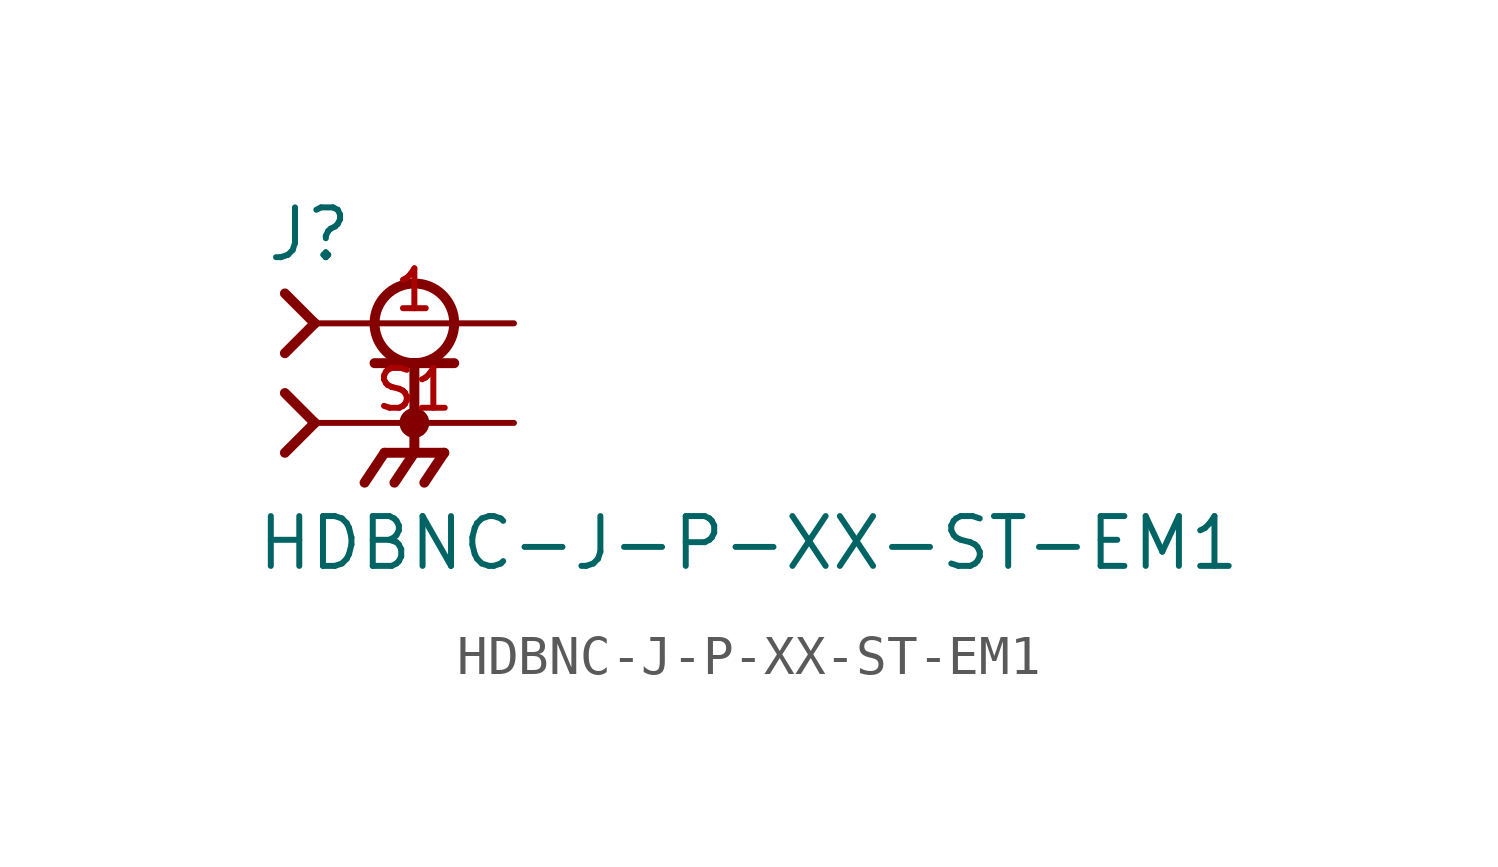
<source format=kicad_sym>
(kicad_symbol_lib
  (version 20231120)
  (generator "kicad_symbol_editor")
  (generator_version "8.0")
  (symbol "HDBNC-J-P-XX-ST-EM1"
    (pin_names
      (offset 1.016))
    (property "Reference" "J"
      (at -3.81 1.524 0)
      (effects (font (size 1.27 1.27)) (justify left bottom)))
    (property "Value" "HDBNC-J-P-XX-ST-EM1"
      (at -4.064 -6.35 0)
      (effects (font (size 1.27 1.27)) (justify left bottom)))
    (symbol "HDBNC-J-P-XX-ST-EM1_0_0"
      (circle (center 0 -2.54) (radius 0.254) (stroke (width 0.254) (type default)) (fill (type none)))
      (polyline (pts (xy -3.302 -3.302) (xy -2.54 -2.54)) (stroke (width 0.254) (type default)) (fill (type none)))
      (polyline (pts (xy -3.302 -1.778) (xy -2.54 -2.54)) (stroke (width 0.254) (type default)) (fill (type none)))
      (polyline (pts (xy -3.302 -0.762) (xy -2.54 0)) (stroke (width 0.254) (type default)) (fill (type none)))
      (polyline (pts (xy -3.302 0.762) (xy -2.54 0)) (stroke (width 0.254) (type default)) (fill (type none)))
      (polyline (pts (xy -1.016 -1.016) (xy 0 -1.016)) (stroke (width 0.254) (type default)) (fill (type none)))
      (polyline (pts (xy -0.762 -3.302) (xy -1.27 -4.064)) (stroke (width 0.254) (type default)) (fill (type none)))
      (polyline (pts (xy 0 -3.302) (xy -0.762 -3.302)) (stroke (width 0.254) (type default)) (fill (type none)))
      (polyline (pts (xy 0 -3.302) (xy -0.508 -4.064)) (stroke (width 0.254) (type default)) (fill (type none)))
      (polyline (pts (xy 0 -3.302) (xy 0.762 -3.302)) (stroke (width 0.254) (type default)) (fill (type none)))
      (polyline (pts (xy 0 -2.54) (xy 0 -3.302)) (stroke (width 0.254) (type default)) (fill (type none)))
      (polyline (pts (xy 0 -1.016) (xy 0 -2.54)) (stroke (width 0.254) (type default)) (fill (type none)))
      (polyline (pts (xy 0 -1.016) (xy 1.016 -1.016)) (stroke (width 0.254) (type default)) (fill (type none)))
      (polyline (pts (xy 0.762 -3.302) (xy 0.254 -4.064)) (stroke (width 0.254) (type default)) (fill (type none)))
      (circle (center 0 0) (radius 1.016) (stroke (width 0.254) (type default)) (fill (type none)))
      (pin passive line (at 2.54 0 180) (length 5.08) (name "~" (effects (font (size 1.016 1.016)))) (number "1" (effects (font (size 1.016 1.016)))))
      (pin passive line (at 2.54 -2.54 180) (length 5.08) (name "~" (effects (font (size 1.016 1.016)))) (number "S1" (effects (font (size 1.016 1.016))))))))
</source>
